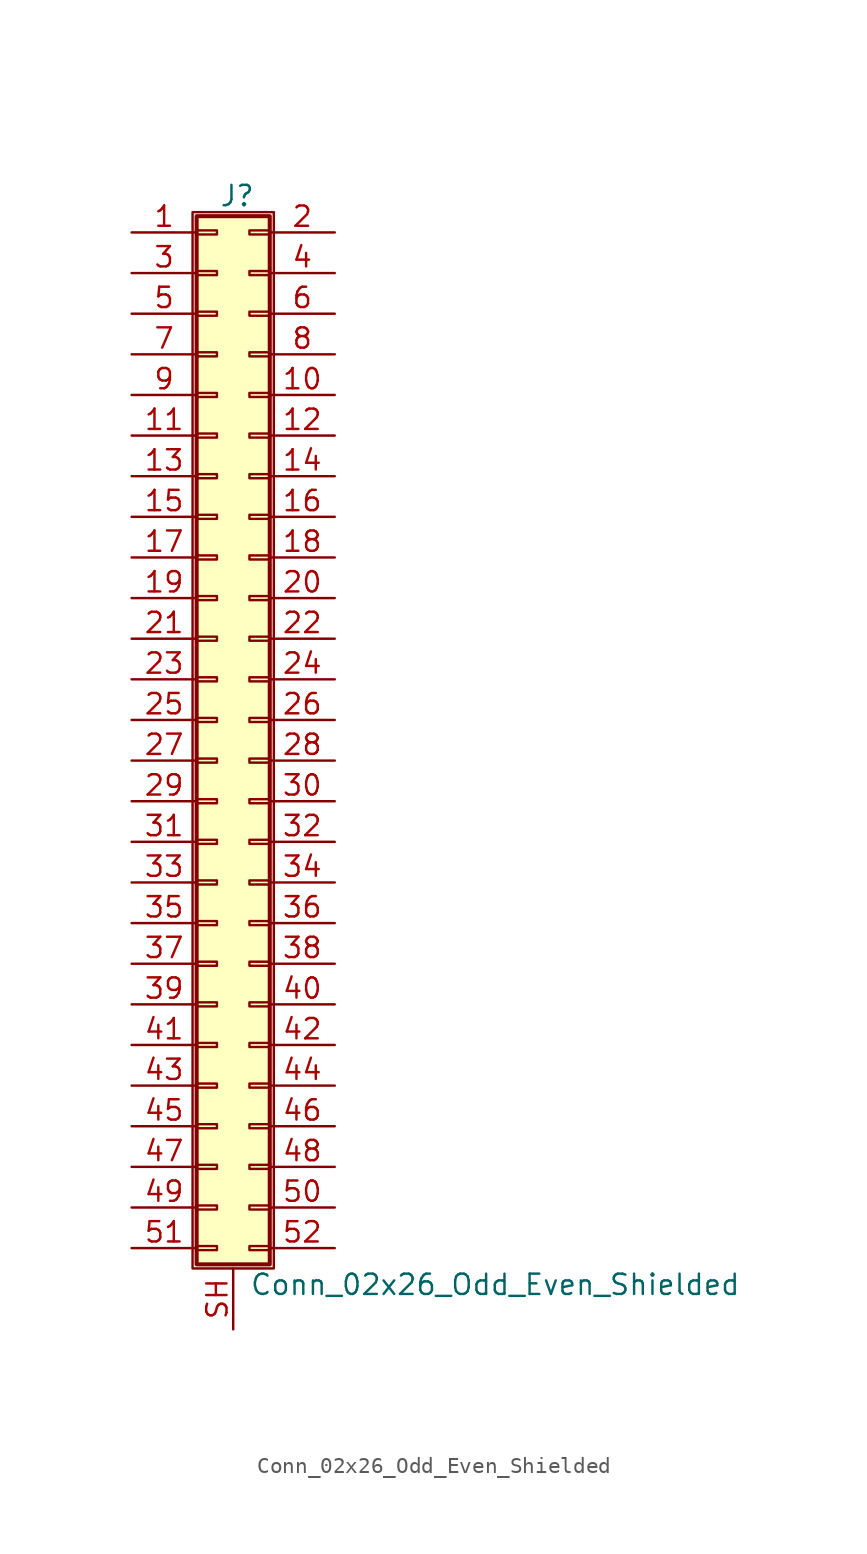
<source format=kicad_sym>
(kicad_symbol_lib
  (version 20201005)
  (generator kicad_symbol_editor)
  (symbol "Conn_02x26_Odd_Even_Shielded"
    (pin_names
      (offset 1.016) hide)
    (property "Reference" "J"
      (at 1.524 32.766 0)
      (effects (font (size 1.27 1.27))))
    (property "Value" "Conn_02x26_Odd_Even_Shielded"
      (at 2.286 -35.306 0)
      (effects (font (size 1.27 1.27)) (justify left)))
    (symbol "Conn_02x26_Odd_Even_Shielded_1_1"
      (rectangle (start -1.27 31.75) (end 3.81 -34.29) (stroke (width 0.152)) (fill (type none)))
      (rectangle (start -1.016 -32.893) (end 0.254 -33.147) (stroke (width 0.152)) (fill (type none)))
      (rectangle (start -1.016 -30.353) (end 0.254 -30.607) (stroke (width 0.152)) (fill (type none)))
      (rectangle (start -1.016 -27.813) (end 0.254 -28.067) (stroke (width 0.152)) (fill (type none)))
      (rectangle (start -1.016 -25.273) (end 0.254 -25.527) (stroke (width 0.152)) (fill (type none)))
      (rectangle (start -1.016 -22.733) (end 0.254 -22.987) (stroke (width 0.152)) (fill (type none)))
      (rectangle (start -1.016 -20.193) (end 0.254 -20.447) (stroke (width 0.152)) (fill (type none)))
      (rectangle (start -1.016 -17.653) (end 0.254 -17.907) (stroke (width 0.152)) (fill (type none)))
      (rectangle (start -1.016 -15.113) (end 0.254 -15.367) (stroke (width 0.152)) (fill (type none)))
      (rectangle (start -1.016 -12.573) (end 0.254 -12.827) (stroke (width 0.152)) (fill (type none)))
      (rectangle (start -1.016 -10.033) (end 0.254 -10.287) (stroke (width 0.152)) (fill (type none)))
      (rectangle (start -1.016 -7.493) (end 0.254 -7.747) (stroke (width 0.152)) (fill (type none)))
      (rectangle (start -1.016 -4.953) (end 0.254 -5.207) (stroke (width 0.152)) (fill (type none)))
      (rectangle (start -1.016 -2.413) (end 0.254 -2.667) (stroke (width 0.152)) (fill (type none)))
      (rectangle (start -1.016 0.127) (end 0.254 -0.127) (stroke (width 0.152)) (fill (type none)))
      (rectangle (start -1.016 2.667) (end 0.254 2.413) (stroke (width 0.152)) (fill (type none)))
      (rectangle (start -1.016 5.207) (end 0.254 4.953) (stroke (width 0.152)) (fill (type none)))
      (rectangle (start -1.016 7.747) (end 0.254 7.493) (stroke (width 0.152)) (fill (type none)))
      (rectangle (start -1.016 10.287) (end 0.254 10.033) (stroke (width 0.152)) (fill (type none)))
      (rectangle (start -1.016 12.827) (end 0.254 12.573) (stroke (width 0.152)) (fill (type none)))
      (rectangle (start -1.016 15.367) (end 0.254 15.113) (stroke (width 0.152)) (fill (type none)))
      (rectangle (start -1.016 17.907) (end 0.254 17.653) (stroke (width 0.152)) (fill (type none)))
      (rectangle (start -1.016 20.447) (end 0.254 20.193) (stroke (width 0.152)) (fill (type none)))
      (rectangle (start -1.016 22.987) (end 0.254 22.733) (stroke (width 0.152)) (fill (type none)))
      (rectangle (start -1.016 25.527) (end 0.254 25.273) (stroke (width 0.152)) (fill (type none)))
      (rectangle (start -1.016 28.067) (end 0.254 27.813) (stroke (width 0.152)) (fill (type none)))
      (rectangle (start -1.016 30.607) (end 0.254 30.353) (stroke (width 0.152)) (fill (type none)))
      (rectangle (start 3.556 -32.893) (end 2.286 -33.147) (stroke (width 0.152)) (fill (type none)))
      (rectangle (start 3.556 -30.353) (end 2.286 -30.607) (stroke (width 0.152)) (fill (type none)))
      (rectangle (start 3.556 -27.813) (end 2.286 -28.067) (stroke (width 0.152)) (fill (type none)))
      (rectangle (start 3.556 -25.273) (end 2.286 -25.527) (stroke (width 0.152)) (fill (type none)))
      (rectangle (start 3.556 -22.733) (end 2.286 -22.987) (stroke (width 0.152)) (fill (type none)))
      (rectangle (start 3.556 -20.193) (end 2.286 -20.447) (stroke (width 0.152)) (fill (type none)))
      (rectangle (start 3.556 -17.653) (end 2.286 -17.907) (stroke (width 0.152)) (fill (type none)))
      (rectangle (start 3.556 -15.113) (end 2.286 -15.367) (stroke (width 0.152)) (fill (type none)))
      (rectangle (start 3.556 -12.573) (end 2.286 -12.827) (stroke (width 0.152)) (fill (type none)))
      (rectangle (start 3.556 -10.033) (end 2.286 -10.287) (stroke (width 0.152)) (fill (type none)))
      (rectangle (start 3.556 -7.493) (end 2.286 -7.747) (stroke (width 0.152)) (fill (type none)))
      (rectangle (start 3.556 -4.953) (end 2.286 -5.207) (stroke (width 0.152)) (fill (type none)))
      (rectangle (start 3.556 -2.413) (end 2.286 -2.667) (stroke (width 0.152)) (fill (type none)))
      (rectangle (start 3.556 0.127) (end 2.286 -0.127) (stroke (width 0.152)) (fill (type none)))
      (rectangle (start 3.556 2.667) (end 2.286 2.413) (stroke (width 0.152)) (fill (type none)))
      (rectangle (start 3.556 5.207) (end 2.286 4.953) (stroke (width 0.152)) (fill (type none)))
      (rectangle (start 3.556 7.747) (end 2.286 7.493) (stroke (width 0.152)) (fill (type none)))
      (rectangle (start 3.556 10.287) (end 2.286 10.033) (stroke (width 0.152)) (fill (type none)))
      (rectangle (start 3.556 12.827) (end 2.286 12.573) (stroke (width 0.152)) (fill (type none)))
      (rectangle (start 3.556 15.367) (end 2.286 15.113) (stroke (width 0.152)) (fill (type none)))
      (rectangle (start 3.556 17.907) (end 2.286 17.653) (stroke (width 0.152)) (fill (type none)))
      (rectangle (start 3.556 20.447) (end 2.286 20.193) (stroke (width 0.152)) (fill (type none)))
      (rectangle (start 3.556 22.987) (end 2.286 22.733) (stroke (width 0.152)) (fill (type none)))
      (rectangle (start 3.556 25.527) (end 2.286 25.273) (stroke (width 0.152)) (fill (type none)))
      (rectangle (start 3.556 28.067) (end 2.286 27.813) (stroke (width 0.152)) (fill (type none)))
      (rectangle (start 3.556 30.607) (end 2.286 30.353) (stroke (width 0.152)) (fill (type none)))
      (rectangle (start -1.016 31.496) (end 3.556 -34.036) (stroke (width 0.254)) (fill (type background)))
      (pin passive line (at -5.08 30.48 0) (length 4.064) (name "Pin_1" (effects (font (size 1.27 1.27)))) (number "1" (effects (font (size 1.27 1.27)))))
      (pin passive line (at 7.62 20.32 180) (length 4.064) (name "Pin_10" (effects (font (size 1.27 1.27)))) (number "10" (effects (font (size 1.27 1.27)))))
      (pin passive line (at -5.08 17.78 0) (length 4.064) (name "Pin_11" (effects (font (size 1.27 1.27)))) (number "11" (effects (font (size 1.27 1.27)))))
      (pin passive line (at 7.62 17.78 180) (length 4.064) (name "Pin_12" (effects (font (size 1.27 1.27)))) (number "12" (effects (font (size 1.27 1.27)))))
      (pin passive line (at -5.08 15.24 0) (length 4.064) (name "Pin_13" (effects (font (size 1.27 1.27)))) (number "13" (effects (font (size 1.27 1.27)))))
      (pin passive line (at 7.62 15.24 180) (length 4.064) (name "Pin_14" (effects (font (size 1.27 1.27)))) (number "14" (effects (font (size 1.27 1.27)))))
      (pin passive line (at -5.08 12.7 0) (length 4.064) (name "Pin_15" (effects (font (size 1.27 1.27)))) (number "15" (effects (font (size 1.27 1.27)))))
      (pin passive line (at 7.62 12.7 180) (length 4.064) (name "Pin_16" (effects (font (size 1.27 1.27)))) (number "16" (effects (font (size 1.27 1.27)))))
      (pin passive line (at -5.08 10.16 0) (length 4.064) (name "Pin_17" (effects (font (size 1.27 1.27)))) (number "17" (effects (font (size 1.27 1.27)))))
      (pin passive line (at 7.62 10.16 180) (length 4.064) (name "Pin_18" (effects (font (size 1.27 1.27)))) (number "18" (effects (font (size 1.27 1.27)))))
      (pin passive line (at -5.08 7.62 0) (length 4.064) (name "Pin_19" (effects (font (size 1.27 1.27)))) (number "19" (effects (font (size 1.27 1.27)))))
      (pin passive line (at 7.62 30.48 180) (length 4.064) (name "Pin_2" (effects (font (size 1.27 1.27)))) (number "2" (effects (font (size 1.27 1.27)))))
      (pin passive line (at 7.62 7.62 180) (length 4.064) (name "Pin_20" (effects (font (size 1.27 1.27)))) (number "20" (effects (font (size 1.27 1.27)))))
      (pin passive line (at -5.08 5.08 0) (length 4.064) (name "Pin_21" (effects (font (size 1.27 1.27)))) (number "21" (effects (font (size 1.27 1.27)))))
      (pin passive line (at 7.62 5.08 180) (length 4.064) (name "Pin_22" (effects (font (size 1.27 1.27)))) (number "22" (effects (font (size 1.27 1.27)))))
      (pin passive line (at -5.08 2.54 0) (length 4.064) (name "Pin_23" (effects (font (size 1.27 1.27)))) (number "23" (effects (font (size 1.27 1.27)))))
      (pin passive line (at 7.62 2.54 180) (length 4.064) (name "Pin_24" (effects (font (size 1.27 1.27)))) (number "24" (effects (font (size 1.27 1.27)))))
      (pin passive line (at -5.08 0 0) (length 4.064) (name "Pin_25" (effects (font (size 1.27 1.27)))) (number "25" (effects (font (size 1.27 1.27)))))
      (pin passive line (at 7.62 0 180) (length 4.064) (name "Pin_26" (effects (font (size 1.27 1.27)))) (number "26" (effects (font (size 1.27 1.27)))))
      (pin passive line (at -5.08 -2.54 0) (length 4.064) (name "Pin_27" (effects (font (size 1.27 1.27)))) (number "27" (effects (font (size 1.27 1.27)))))
      (pin passive line (at 7.62 -2.54 180) (length 4.064) (name "Pin_28" (effects (font (size 1.27 1.27)))) (number "28" (effects (font (size 1.27 1.27)))))
      (pin passive line (at -5.08 -5.08 0) (length 4.064) (name "Pin_29" (effects (font (size 1.27 1.27)))) (number "29" (effects (font (size 1.27 1.27)))))
      (pin passive line (at -5.08 27.94 0) (length 4.064) (name "Pin_3" (effects (font (size 1.27 1.27)))) (number "3" (effects (font (size 1.27 1.27)))))
      (pin passive line (at 7.62 -5.08 180) (length 4.064) (name "Pin_30" (effects (font (size 1.27 1.27)))) (number "30" (effects (font (size 1.27 1.27)))))
      (pin passive line (at -5.08 -7.62 0) (length 4.064) (name "Pin_31" (effects (font (size 1.27 1.27)))) (number "31" (effects (font (size 1.27 1.27)))))
      (pin passive line (at 7.62 -7.62 180) (length 4.064) (name "Pin_32" (effects (font (size 1.27 1.27)))) (number "32" (effects (font (size 1.27 1.27)))))
      (pin passive line (at -5.08 -10.16 0) (length 4.064) (name "Pin_33" (effects (font (size 1.27 1.27)))) (number "33" (effects (font (size 1.27 1.27)))))
      (pin passive line (at 7.62 -10.16 180) (length 4.064) (name "Pin_34" (effects (font (size 1.27 1.27)))) (number "34" (effects (font (size 1.27 1.27)))))
      (pin passive line (at -5.08 -12.7 0) (length 4.064) (name "Pin_35" (effects (font (size 1.27 1.27)))) (number "35" (effects (font (size 1.27 1.27)))))
      (pin passive line (at 7.62 -12.7 180) (length 4.064) (name "Pin_36" (effects (font (size 1.27 1.27)))) (number "36" (effects (font (size 1.27 1.27)))))
      (pin passive line (at -5.08 -15.24 0) (length 4.064) (name "Pin_37" (effects (font (size 1.27 1.27)))) (number "37" (effects (font (size 1.27 1.27)))))
      (pin passive line (at 7.62 -15.24 180) (length 4.064) (name "Pin_38" (effects (font (size 1.27 1.27)))) (number "38" (effects (font (size 1.27 1.27)))))
      (pin passive line (at -5.08 -17.78 0) (length 4.064) (name "Pin_39" (effects (font (size 1.27 1.27)))) (number "39" (effects (font (size 1.27 1.27)))))
      (pin passive line (at 7.62 27.94 180) (length 4.064) (name "Pin_4" (effects (font (size 1.27 1.27)))) (number "4" (effects (font (size 1.27 1.27)))))
      (pin passive line (at 7.62 -17.78 180) (length 4.064) (name "Pin_40" (effects (font (size 1.27 1.27)))) (number "40" (effects (font (size 1.27 1.27)))))
      (pin passive line (at -5.08 -20.32 0) (length 4.064) (name "Pin_41" (effects (font (size 1.27 1.27)))) (number "41" (effects (font (size 1.27 1.27)))))
      (pin passive line (at 7.62 -20.32 180) (length 4.064) (name "Pin_42" (effects (font (size 1.27 1.27)))) (number "42" (effects (font (size 1.27 1.27)))))
      (pin passive line (at -5.08 -22.86 0) (length 4.064) (name "Pin_43" (effects (font (size 1.27 1.27)))) (number "43" (effects (font (size 1.27 1.27)))))
      (pin passive line (at 7.62 -22.86 180) (length 4.064) (name "Pin_44" (effects (font (size 1.27 1.27)))) (number "44" (effects (font (size 1.27 1.27)))))
      (pin passive line (at -5.08 -25.4 0) (length 4.064) (name "Pin_45" (effects (font (size 1.27 1.27)))) (number "45" (effects (font (size 1.27 1.27)))))
      (pin passive line (at 7.62 -25.4 180) (length 4.064) (name "Pin_46" (effects (font (size 1.27 1.27)))) (number "46" (effects (font (size 1.27 1.27)))))
      (pin passive line (at -5.08 -27.94 0) (length 4.064) (name "Pin_47" (effects (font (size 1.27 1.27)))) (number "47" (effects (font (size 1.27 1.27)))))
      (pin passive line (at 7.62 -27.94 180) (length 4.064) (name "Pin_48" (effects (font (size 1.27 1.27)))) (number "48" (effects (font (size 1.27 1.27)))))
      (pin passive line (at -5.08 -30.48 0) (length 4.064) (name "Pin_49" (effects (font (size 1.27 1.27)))) (number "49" (effects (font (size 1.27 1.27)))))
      (pin passive line (at -5.08 25.4 0) (length 4.064) (name "Pin_5" (effects (font (size 1.27 1.27)))) (number "5" (effects (font (size 1.27 1.27)))))
      (pin passive line (at 7.62 -30.48 180) (length 4.064) (name "Pin_50" (effects (font (size 1.27 1.27)))) (number "50" (effects (font (size 1.27 1.27)))))
      (pin passive line (at -5.08 -33.02 0) (length 4.064) (name "Pin_51" (effects (font (size 1.27 1.27)))) (number "51" (effects (font (size 1.27 1.27)))))
      (pin passive line (at 7.62 -33.02 180) (length 4.064) (name "Pin_52" (effects (font (size 1.27 1.27)))) (number "52" (effects (font (size 1.27 1.27)))))
      (pin passive line (at 7.62 25.4 180) (length 4.064) (name "Pin_6" (effects (font (size 1.27 1.27)))) (number "6" (effects (font (size 1.27 1.27)))))
      (pin passive line (at -5.08 22.86 0) (length 4.064) (name "Pin_7" (effects (font (size 1.27 1.27)))) (number "7" (effects (font (size 1.27 1.27)))))
      (pin passive line (at 7.62 22.86 180) (length 4.064) (name "Pin_8" (effects (font (size 1.27 1.27)))) (number "8" (effects (font (size 1.27 1.27)))))
      (pin passive line (at -5.08 20.32 0) (length 4.064) (name "Pin_9" (effects (font (size 1.27 1.27)))) (number "9" (effects (font (size 1.27 1.27)))))
      (pin passive line (at 1.27 -38.1 90) (length 3.81) (name "Shield" (effects (font (size 1.27 1.27)))) (number "SH" (effects (font (size 1.27 1.27))))))))
</source>
